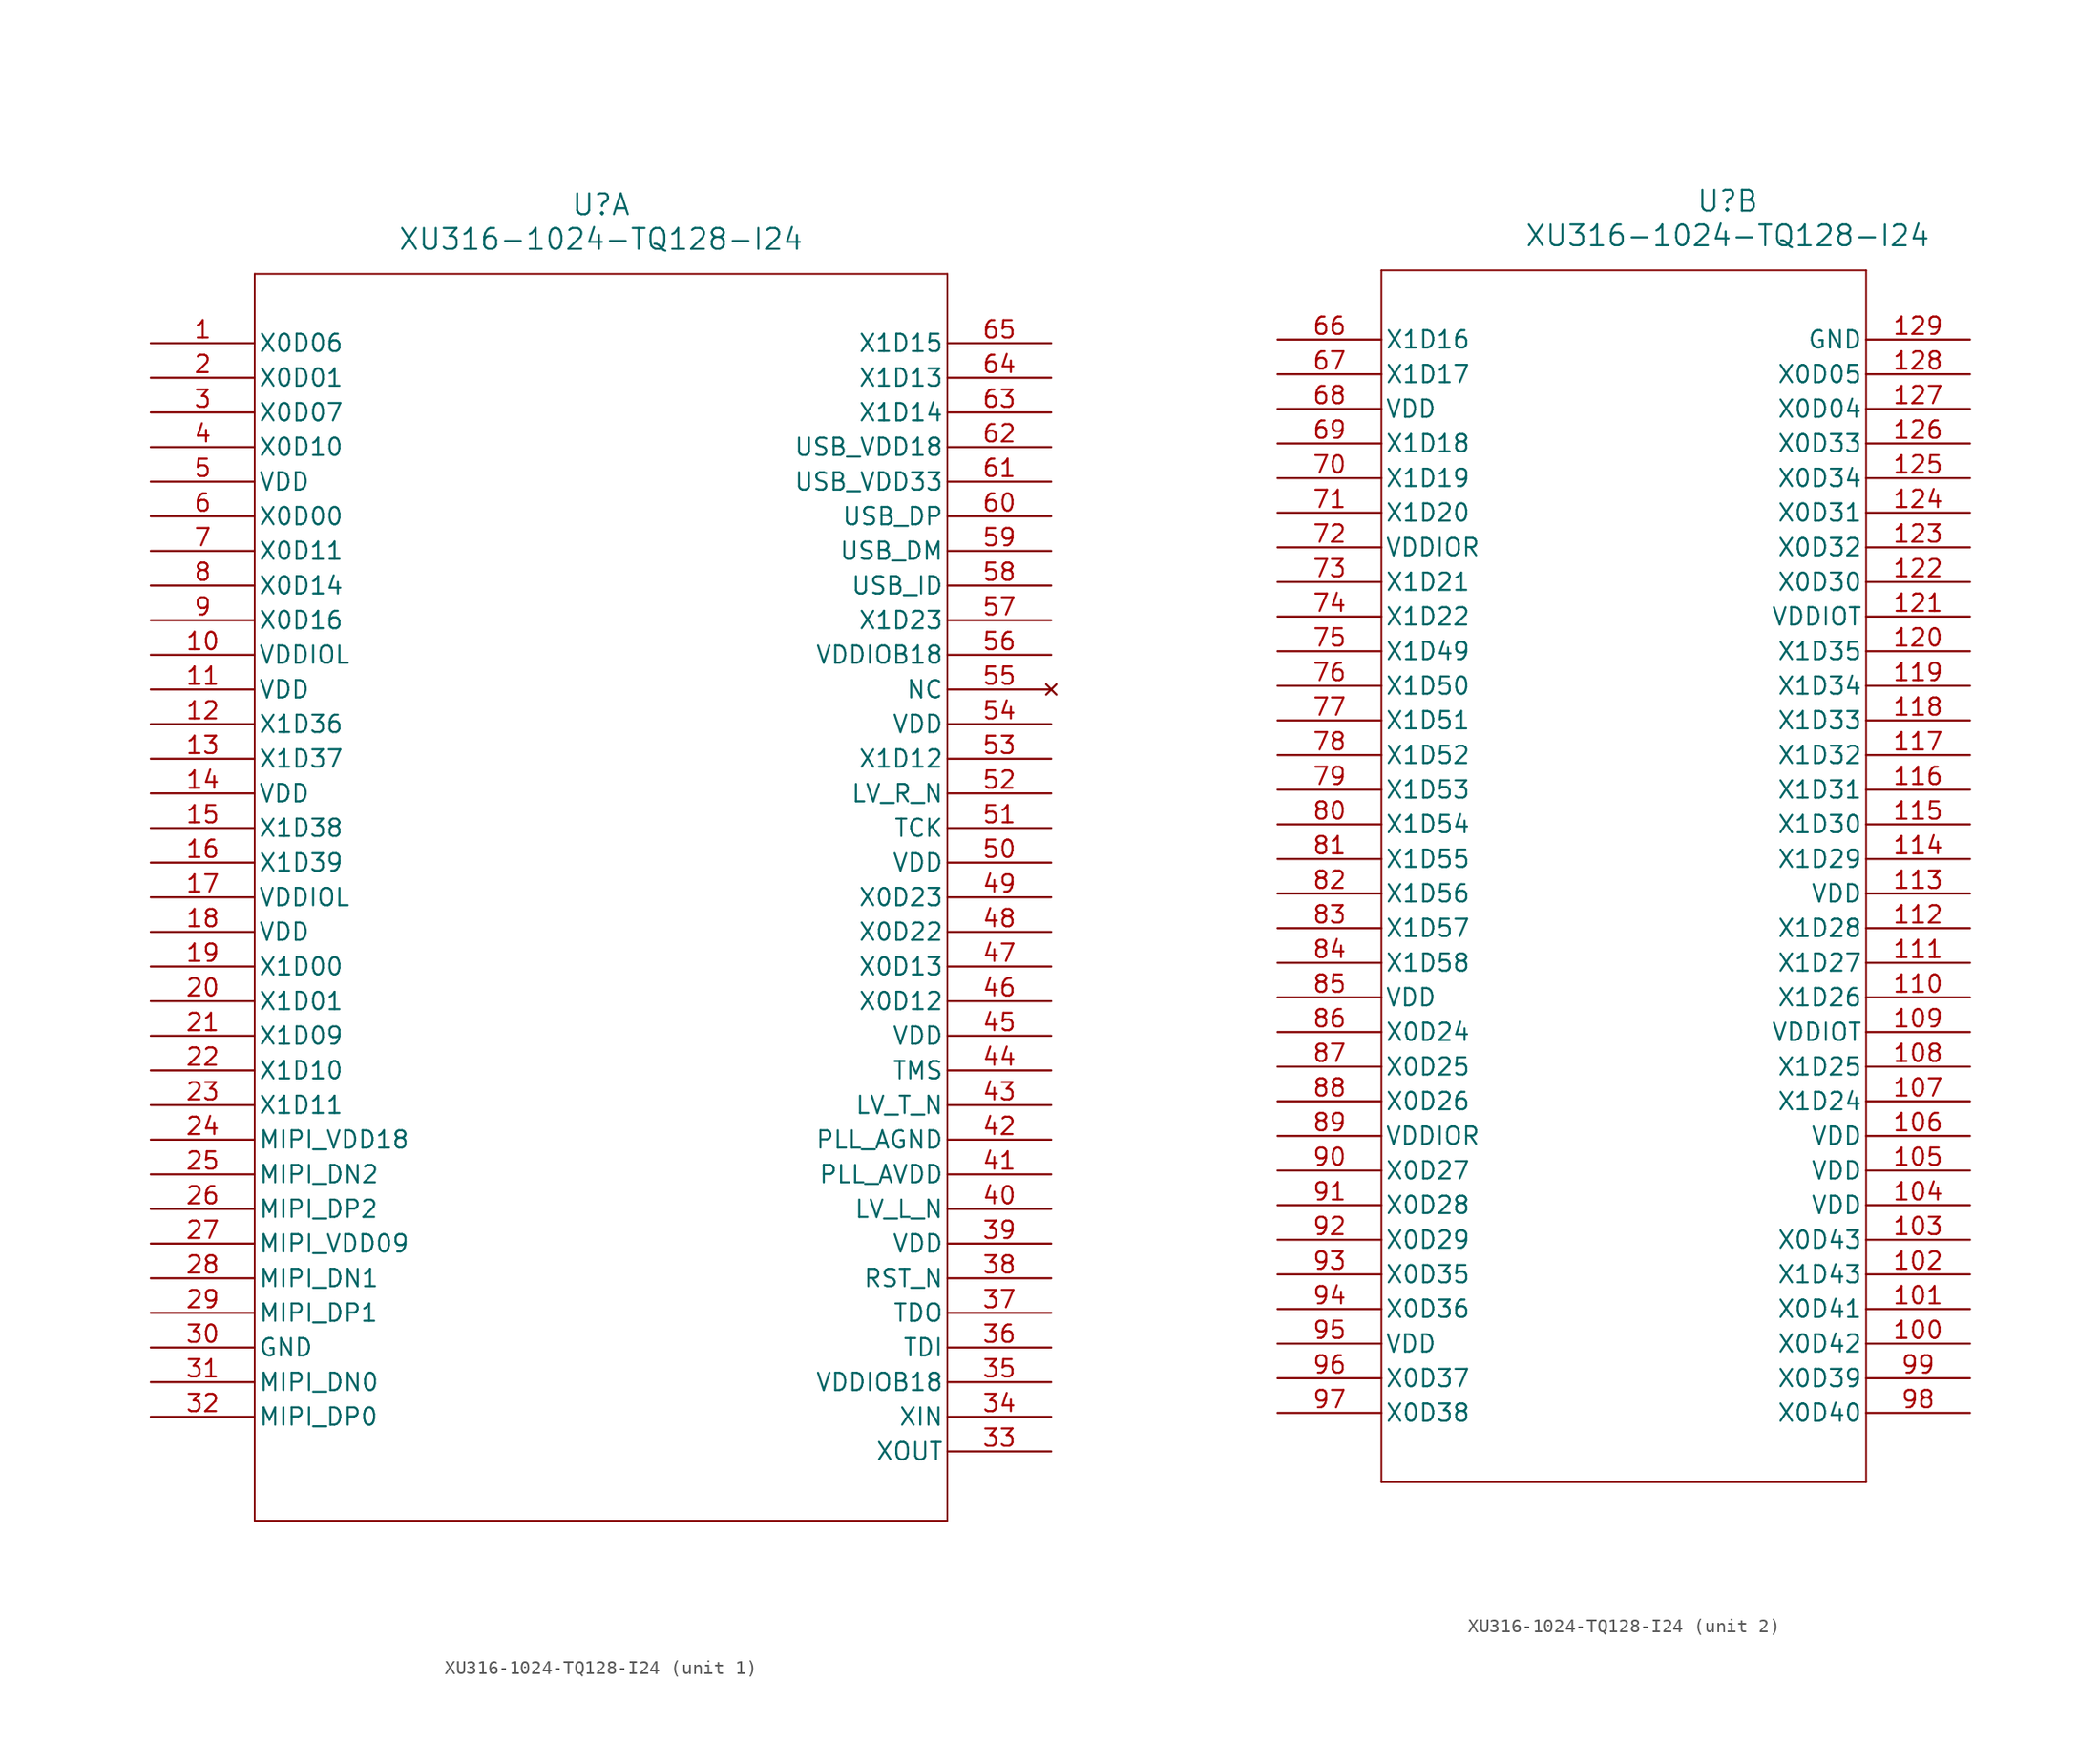
<source format=kicad_sym>
(kicad_symbol_lib
  (version 20211014)
  (generator kicad_symbol_editor)
  (symbol "XU316-1024-TQ128-I24"
    (pin_names
      (offset 0.254))
    (property "Reference" "U"
      (at 33.02 10.16 0)
      (effects (font (size 1.524 1.524))))
    (property "Value" "XU316-1024-TQ128-I24"
      (at 33.02 7.62 0)
      (effects (font (size 1.524 1.524))))
    (symbol "XU316-1024-TQ128-I24_1_1"
      (polyline (pts (xy 7.62 5.08) (xy 7.62 -86.36)) (stroke (width 0.127) (type default) (color 0 0 0 0)) (fill (type none)))
      (polyline (pts (xy 7.62 -86.36) (xy 58.42 -86.36)) (stroke (width 0.127) (type default) (color 0 0 0 0)) (fill (type none)))
      (polyline (pts (xy 58.42 -86.36) (xy 58.42 5.08)) (stroke (width 0.127) (type default) (color 0 0 0 0)) (fill (type none)))
      (polyline (pts (xy 58.42 5.08) (xy 7.62 5.08)) (stroke (width 0.127) (type default) (color 0 0 0 0)) (fill (type none)))
      (pin bidirectional line (at 0 0 0) (length 7.62) (name "X0D06" (effects (font (size 1.27 1.27)))) (number "1" (effects (font (size 1.27 1.27)))))
      (pin bidirectional line (at 0 -2.54 0) (length 7.62) (name "X0D01" (effects (font (size 1.27 1.27)))) (number "2" (effects (font (size 1.27 1.27)))))
      (pin bidirectional line (at 0 -5.08 0) (length 7.62) (name "X0D07" (effects (font (size 1.27 1.27)))) (number "3" (effects (font (size 1.27 1.27)))))
      (pin bidirectional line (at 0 -7.62 0) (length 7.62) (name "X0D10" (effects (font (size 1.27 1.27)))) (number "4" (effects (font (size 1.27 1.27)))))
      (pin power_in line (at 0 -10.16 0) (length 7.62) (name "VDD" (effects (font (size 1.27 1.27)))) (number "5" (effects (font (size 1.27 1.27)))))
      (pin bidirectional line (at 0 -12.7 0) (length 7.62) (name "X0D00" (effects (font (size 1.27 1.27)))) (number "6" (effects (font (size 1.27 1.27)))))
      (pin bidirectional line (at 0 -15.24 0) (length 7.62) (name "X0D11" (effects (font (size 1.27 1.27)))) (number "7" (effects (font (size 1.27 1.27)))))
      (pin bidirectional line (at 0 -17.78 0) (length 7.62) (name "X0D14" (effects (font (size 1.27 1.27)))) (number "8" (effects (font (size 1.27 1.27)))))
      (pin bidirectional line (at 0 -20.32 0) (length 7.62) (name "X0D16" (effects (font (size 1.27 1.27)))) (number "9" (effects (font (size 1.27 1.27)))))
      (pin power_in line (at 0 -22.86 0) (length 7.62) (name "VDDIOL" (effects (font (size 1.27 1.27)))) (number "10" (effects (font (size 1.27 1.27)))))
      (pin power_in line (at 0 -25.4 0) (length 7.62) (name "VDD" (effects (font (size 1.27 1.27)))) (number "11" (effects (font (size 1.27 1.27)))))
      (pin bidirectional line (at 0 -27.94 0) (length 7.62) (name "X1D36" (effects (font (size 1.27 1.27)))) (number "12" (effects (font (size 1.27 1.27)))))
      (pin bidirectional line (at 0 -30.48 0) (length 7.62) (name "X1D37" (effects (font (size 1.27 1.27)))) (number "13" (effects (font (size 1.27 1.27)))))
      (pin power_in line (at 0 -33.02 0) (length 7.62) (name "VDD" (effects (font (size 1.27 1.27)))) (number "14" (effects (font (size 1.27 1.27)))))
      (pin bidirectional line (at 0 -35.56 0) (length 7.62) (name "X1D38" (effects (font (size 1.27 1.27)))) (number "15" (effects (font (size 1.27 1.27)))))
      (pin bidirectional line (at 0 -38.1 0) (length 7.62) (name "X1D39" (effects (font (size 1.27 1.27)))) (number "16" (effects (font (size 1.27 1.27)))))
      (pin power_in line (at 0 -40.64 0) (length 7.62) (name "VDDIOL" (effects (font (size 1.27 1.27)))) (number "17" (effects (font (size 1.27 1.27)))))
      (pin power_in line (at 0 -43.18 0) (length 7.62) (name "VDD" (effects (font (size 1.27 1.27)))) (number "18" (effects (font (size 1.27 1.27)))))
      (pin bidirectional line (at 0 -45.72 0) (length 7.62) (name "X1D00" (effects (font (size 1.27 1.27)))) (number "19" (effects (font (size 1.27 1.27)))))
      (pin bidirectional line (at 0 -48.26 0) (length 7.62) (name "X1D01" (effects (font (size 1.27 1.27)))) (number "20" (effects (font (size 1.27 1.27)))))
      (pin bidirectional line (at 0 -50.8 0) (length 7.62) (name "X1D09" (effects (font (size 1.27 1.27)))) (number "21" (effects (font (size 1.27 1.27)))))
      (pin bidirectional line (at 0 -53.34 0) (length 7.62) (name "X1D10" (effects (font (size 1.27 1.27)))) (number "22" (effects (font (size 1.27 1.27)))))
      (pin bidirectional line (at 0 -55.88 0) (length 7.62) (name "X1D11" (effects (font (size 1.27 1.27)))) (number "23" (effects (font (size 1.27 1.27)))))
      (pin power_in line (at 0 -58.42 0) (length 7.62) (name "MIPI_VDD18" (effects (font (size 1.27 1.27)))) (number "24" (effects (font (size 1.27 1.27)))))
      (pin input line (at 0 -60.96 0) (length 7.62) (name "MIPI_DN2" (effects (font (size 1.27 1.27)))) (number "25" (effects (font (size 1.27 1.27)))))
      (pin input line (at 0 -63.5 0) (length 7.62) (name "MIPI_DP2" (effects (font (size 1.27 1.27)))) (number "26" (effects (font (size 1.27 1.27)))))
      (pin power_in line (at 0 -66.04 0) (length 7.62) (name "MIPI_VDD09" (effects (font (size 1.27 1.27)))) (number "27" (effects (font (size 1.27 1.27)))))
      (pin input line (at 0 -68.58 0) (length 7.62) (name "MIPI_DN1" (effects (font (size 1.27 1.27)))) (number "28" (effects (font (size 1.27 1.27)))))
      (pin input line (at 0 -71.12 0) (length 7.62) (name "MIPI_DP1" (effects (font (size 1.27 1.27)))) (number "29" (effects (font (size 1.27 1.27)))))
      (pin power_out line (at 0 -73.66 0) (length 7.62) (name "GND" (effects (font (size 1.27 1.27)))) (number "30" (effects (font (size 1.27 1.27)))))
      (pin input line (at 0 -76.2 0) (length 7.62) (name "MIPI_DN0" (effects (font (size 1.27 1.27)))) (number "31" (effects (font (size 1.27 1.27)))))
      (pin input line (at 0 -78.74 0) (length 7.62) (name "MIPI_DP0" (effects (font (size 1.27 1.27)))) (number "32" (effects (font (size 1.27 1.27)))))
      (pin output line (at 66.04 -81.28 180) (length 7.62) (name "XOUT" (effects (font (size 1.27 1.27)))) (number "33" (effects (font (size 1.27 1.27)))))
      (pin input line (at 66.04 -78.74 180) (length 7.62) (name "XIN" (effects (font (size 1.27 1.27)))) (number "34" (effects (font (size 1.27 1.27)))))
      (pin power_in line (at 66.04 -76.2 180) (length 7.62) (name "VDDIOB18" (effects (font (size 1.27 1.27)))) (number "35" (effects (font (size 1.27 1.27)))))
      (pin input line (at 66.04 -73.66 180) (length 7.62) (name "TDI" (effects (font (size 1.27 1.27)))) (number "36" (effects (font (size 1.27 1.27)))))
      (pin output line (at 66.04 -71.12 180) (length 7.62) (name "TDO" (effects (font (size 1.27 1.27)))) (number "37" (effects (font (size 1.27 1.27)))))
      (pin input line (at 66.04 -68.58 180) (length 7.62) (name "RST_N" (effects (font (size 1.27 1.27)))) (number "38" (effects (font (size 1.27 1.27)))))
      (pin power_in line (at 66.04 -66.04 180) (length 7.62) (name "VDD" (effects (font (size 1.27 1.27)))) (number "39" (effects (font (size 1.27 1.27)))))
      (pin input line (at 66.04 -63.5 180) (length 7.62) (name "LV_L_N" (effects (font (size 1.27 1.27)))) (number "40" (effects (font (size 1.27 1.27)))))
      (pin power_in line (at 66.04 -60.96 180) (length 7.62) (name "PLL_AVDD" (effects (font (size 1.27 1.27)))) (number "41" (effects (font (size 1.27 1.27)))))
      (pin power_out line (at 66.04 -58.42 180) (length 7.62) (name "PLL_AGND" (effects (font (size 1.27 1.27)))) (number "42" (effects (font (size 1.27 1.27)))))
      (pin input line (at 66.04 -55.88 180) (length 7.62) (name "LV_T_N" (effects (font (size 1.27 1.27)))) (number "43" (effects (font (size 1.27 1.27)))))
      (pin input line (at 66.04 -53.34 180) (length 7.62) (name "TMS" (effects (font (size 1.27 1.27)))) (number "44" (effects (font (size 1.27 1.27)))))
      (pin power_in line (at 66.04 -50.8 180) (length 7.62) (name "VDD" (effects (font (size 1.27 1.27)))) (number "45" (effects (font (size 1.27 1.27)))))
      (pin bidirectional line (at 66.04 -48.26 180) (length 7.62) (name "X0D12" (effects (font (size 1.27 1.27)))) (number "46" (effects (font (size 1.27 1.27)))))
      (pin bidirectional line (at 66.04 -45.72 180) (length 7.62) (name "X0D13" (effects (font (size 1.27 1.27)))) (number "47" (effects (font (size 1.27 1.27)))))
      (pin bidirectional line (at 66.04 -43.18 180) (length 7.62) (name "X0D22" (effects (font (size 1.27 1.27)))) (number "48" (effects (font (size 1.27 1.27)))))
      (pin bidirectional line (at 66.04 -40.64 180) (length 7.62) (name "X0D23" (effects (font (size 1.27 1.27)))) (number "49" (effects (font (size 1.27 1.27)))))
      (pin power_in line (at 66.04 -38.1 180) (length 7.62) (name "VDD" (effects (font (size 1.27 1.27)))) (number "50" (effects (font (size 1.27 1.27)))))
      (pin input line (at 66.04 -35.56 180) (length 7.62) (name "TCK" (effects (font (size 1.27 1.27)))) (number "51" (effects (font (size 1.27 1.27)))))
      (pin input line (at 66.04 -33.02 180) (length 7.62) (name "LV_R_N" (effects (font (size 1.27 1.27)))) (number "52" (effects (font (size 1.27 1.27)))))
      (pin bidirectional line (at 66.04 -30.48 180) (length 7.62) (name "X1D12" (effects (font (size 1.27 1.27)))) (number "53" (effects (font (size 1.27 1.27)))))
      (pin power_in line (at 66.04 -27.94 180) (length 7.62) (name "VDD" (effects (font (size 1.27 1.27)))) (number "54" (effects (font (size 1.27 1.27)))))
      (pin no_connect line (at 66.04 -25.4 180) (length 7.62) (name "NC" (effects (font (size 1.27 1.27)))) (number "55" (effects (font (size 1.27 1.27)))))
      (pin power_in line (at 66.04 -22.86 180) (length 7.62) (name "VDDIOB18" (effects (font (size 1.27 1.27)))) (number "56" (effects (font (size 1.27 1.27)))))
      (pin bidirectional line (at 66.04 -20.32 180) (length 7.62) (name "X1D23" (effects (font (size 1.27 1.27)))) (number "57" (effects (font (size 1.27 1.27)))))
      (pin input line (at 66.04 -17.78 180) (length 7.62) (name "USB_ID" (effects (font (size 1.27 1.27)))) (number "58" (effects (font (size 1.27 1.27)))))
      (pin bidirectional line (at 66.04 -15.24 180) (length 7.62) (name "USB_DM" (effects (font (size 1.27 1.27)))) (number "59" (effects (font (size 1.27 1.27)))))
      (pin bidirectional line (at 66.04 -12.7 180) (length 7.62) (name "USB_DP" (effects (font (size 1.27 1.27)))) (number "60" (effects (font (size 1.27 1.27)))))
      (pin power_in line (at 66.04 -10.16 180) (length 7.62) (name "USB_VDD33" (effects (font (size 1.27 1.27)))) (number "61" (effects (font (size 1.27 1.27)))))
      (pin power_in line (at 66.04 -7.62 180) (length 7.62) (name "USB_VDD18" (effects (font (size 1.27 1.27)))) (number "62" (effects (font (size 1.27 1.27)))))
      (pin bidirectional line (at 66.04 -5.08 180) (length 7.62) (name "X1D14" (effects (font (size 1.27 1.27)))) (number "63" (effects (font (size 1.27 1.27)))))
      (pin bidirectional line (at 66.04 -2.54 180) (length 7.62) (name "X1D13" (effects (font (size 1.27 1.27)))) (number "64" (effects (font (size 1.27 1.27)))))
      (pin bidirectional line (at 66.04 0 180) (length 7.62) (name "X1D15" (effects (font (size 1.27 1.27)))) (number "65" (effects (font (size 1.27 1.27))))))
    (symbol "XU316-1024-TQ128-I24_2_1"
      (polyline (pts (xy 7.62 5.08) (xy 7.62 -83.82)) (stroke (width 0.127) (type default) (color 0 0 0 0)) (fill (type none)))
      (polyline (pts (xy 7.62 -83.82) (xy 43.18 -83.82)) (stroke (width 0.127) (type default) (color 0 0 0 0)) (fill (type none)))
      (polyline (pts (xy 43.18 -83.82) (xy 43.18 5.08)) (stroke (width 0.127) (type default) (color 0 0 0 0)) (fill (type none)))
      (polyline (pts (xy 43.18 5.08) (xy 7.62 5.08)) (stroke (width 0.127) (type default) (color 0 0 0 0)) (fill (type none)))
      (pin bidirectional line (at 0 0 0) (length 7.62) (name "X1D16" (effects (font (size 1.27 1.27)))) (number "66" (effects (font (size 1.27 1.27)))))
      (pin bidirectional line (at 0 -2.54 0) (length 7.62) (name "X1D17" (effects (font (size 1.27 1.27)))) (number "67" (effects (font (size 1.27 1.27)))))
      (pin power_in line (at 0 -5.08 0) (length 7.62) (name "VDD" (effects (font (size 1.27 1.27)))) (number "68" (effects (font (size 1.27 1.27)))))
      (pin bidirectional line (at 0 -7.62 0) (length 7.62) (name "X1D18" (effects (font (size 1.27 1.27)))) (number "69" (effects (font (size 1.27 1.27)))))
      (pin bidirectional line (at 0 -10.16 0) (length 7.62) (name "X1D19" (effects (font (size 1.27 1.27)))) (number "70" (effects (font (size 1.27 1.27)))))
      (pin bidirectional line (at 0 -12.7 0) (length 7.62) (name "X1D20" (effects (font (size 1.27 1.27)))) (number "71" (effects (font (size 1.27 1.27)))))
      (pin power_in line (at 0 -15.24 0) (length 7.62) (name "VDDIOR" (effects (font (size 1.27 1.27)))) (number "72" (effects (font (size 1.27 1.27)))))
      (pin bidirectional line (at 0 -17.78 0) (length 7.62) (name "X1D21" (effects (font (size 1.27 1.27)))) (number "73" (effects (font (size 1.27 1.27)))))
      (pin bidirectional line (at 0 -20.32 0) (length 7.62) (name "X1D22" (effects (font (size 1.27 1.27)))) (number "74" (effects (font (size 1.27 1.27)))))
      (pin bidirectional line (at 0 -22.86 0) (length 7.62) (name "X1D49" (effects (font (size 1.27 1.27)))) (number "75" (effects (font (size 1.27 1.27)))))
      (pin bidirectional line (at 0 -25.4 0) (length 7.62) (name "X1D50" (effects (font (size 1.27 1.27)))) (number "76" (effects (font (size 1.27 1.27)))))
      (pin bidirectional line (at 0 -27.94 0) (length 7.62) (name "X1D51" (effects (font (size 1.27 1.27)))) (number "77" (effects (font (size 1.27 1.27)))))
      (pin bidirectional line (at 0 -30.48 0) (length 7.62) (name "X1D52" (effects (font (size 1.27 1.27)))) (number "78" (effects (font (size 1.27 1.27)))))
      (pin bidirectional line (at 0 -33.02 0) (length 7.62) (name "X1D53" (effects (font (size 1.27 1.27)))) (number "79" (effects (font (size 1.27 1.27)))))
      (pin bidirectional line (at 0 -35.56 0) (length 7.62) (name "X1D54" (effects (font (size 1.27 1.27)))) (number "80" (effects (font (size 1.27 1.27)))))
      (pin bidirectional line (at 0 -38.1 0) (length 7.62) (name "X1D55" (effects (font (size 1.27 1.27)))) (number "81" (effects (font (size 1.27 1.27)))))
      (pin bidirectional line (at 0 -40.64 0) (length 7.62) (name "X1D56" (effects (font (size 1.27 1.27)))) (number "82" (effects (font (size 1.27 1.27)))))
      (pin bidirectional line (at 0 -43.18 0) (length 7.62) (name "X1D57" (effects (font (size 1.27 1.27)))) (number "83" (effects (font (size 1.27 1.27)))))
      (pin bidirectional line (at 0 -45.72 0) (length 7.62) (name "X1D58" (effects (font (size 1.27 1.27)))) (number "84" (effects (font (size 1.27 1.27)))))
      (pin power_in line (at 0 -48.26 0) (length 7.62) (name "VDD" (effects (font (size 1.27 1.27)))) (number "85" (effects (font (size 1.27 1.27)))))
      (pin bidirectional line (at 0 -50.8 0) (length 7.62) (name "X0D24" (effects (font (size 1.27 1.27)))) (number "86" (effects (font (size 1.27 1.27)))))
      (pin bidirectional line (at 0 -53.34 0) (length 7.62) (name "X0D25" (effects (font (size 1.27 1.27)))) (number "87" (effects (font (size 1.27 1.27)))))
      (pin bidirectional line (at 0 -55.88 0) (length 7.62) (name "X0D26" (effects (font (size 1.27 1.27)))) (number "88" (effects (font (size 1.27 1.27)))))
      (pin power_in line (at 0 -58.42 0) (length 7.62) (name "VDDIOR" (effects (font (size 1.27 1.27)))) (number "89" (effects (font (size 1.27 1.27)))))
      (pin bidirectional line (at 0 -60.96 0) (length 7.62) (name "X0D27" (effects (font (size 1.27 1.27)))) (number "90" (effects (font (size 1.27 1.27)))))
      (pin bidirectional line (at 0 -63.5 0) (length 7.62) (name "X0D28" (effects (font (size 1.27 1.27)))) (number "91" (effects (font (size 1.27 1.27)))))
      (pin bidirectional line (at 0 -66.04 0) (length 7.62) (name "X0D29" (effects (font (size 1.27 1.27)))) (number "92" (effects (font (size 1.27 1.27)))))
      (pin bidirectional line (at 0 -68.58 0) (length 7.62) (name "X0D35" (effects (font (size 1.27 1.27)))) (number "93" (effects (font (size 1.27 1.27)))))
      (pin bidirectional line (at 0 -71.12 0) (length 7.62) (name "X0D36" (effects (font (size 1.27 1.27)))) (number "94" (effects (font (size 1.27 1.27)))))
      (pin power_in line (at 0 -73.66 0) (length 7.62) (name "VDD" (effects (font (size 1.27 1.27)))) (number "95" (effects (font (size 1.27 1.27)))))
      (pin bidirectional line (at 0 -76.2 0) (length 7.62) (name "X0D37" (effects (font (size 1.27 1.27)))) (number "96" (effects (font (size 1.27 1.27)))))
      (pin bidirectional line (at 0 -78.74 0) (length 7.62) (name "X0D38" (effects (font (size 1.27 1.27)))) (number "97" (effects (font (size 1.27 1.27)))))
      (pin bidirectional line (at 50.8 -78.74 180) (length 7.62) (name "X0D40" (effects (font (size 1.27 1.27)))) (number "98" (effects (font (size 1.27 1.27)))))
      (pin bidirectional line (at 50.8 -76.2 180) (length 7.62) (name "X0D39" (effects (font (size 1.27 1.27)))) (number "99" (effects (font (size 1.27 1.27)))))
      (pin bidirectional line (at 50.8 -73.66 180) (length 7.62) (name "X0D42" (effects (font (size 1.27 1.27)))) (number "100" (effects (font (size 1.27 1.27)))))
      (pin bidirectional line (at 50.8 -71.12 180) (length 7.62) (name "X0D41" (effects (font (size 1.27 1.27)))) (number "101" (effects (font (size 1.27 1.27)))))
      (pin bidirectional line (at 50.8 -68.58 180) (length 7.62) (name "X1D43" (effects (font (size 1.27 1.27)))) (number "102" (effects (font (size 1.27 1.27)))))
      (pin bidirectional line (at 50.8 -66.04 180) (length 7.62) (name "X0D43" (effects (font (size 1.27 1.27)))) (number "103" (effects (font (size 1.27 1.27)))))
      (pin power_in line (at 50.8 -63.5 180) (length 7.62) (name "VDD" (effects (font (size 1.27 1.27)))) (number "104" (effects (font (size 1.27 1.27)))))
      (pin power_in line (at 50.8 -60.96 180) (length 7.62) (name "VDD" (effects (font (size 1.27 1.27)))) (number "105" (effects (font (size 1.27 1.27)))))
      (pin power_in line (at 50.8 -58.42 180) (length 7.62) (name "VDD" (effects (font (size 1.27 1.27)))) (number "106" (effects (font (size 1.27 1.27)))))
      (pin bidirectional line (at 50.8 -55.88 180) (length 7.62) (name "X1D24" (effects (font (size 1.27 1.27)))) (number "107" (effects (font (size 1.27 1.27)))))
      (pin bidirectional line (at 50.8 -53.34 180) (length 7.62) (name "X1D25" (effects (font (size 1.27 1.27)))) (number "108" (effects (font (size 1.27 1.27)))))
      (pin power_in line (at 50.8 -50.8 180) (length 7.62) (name "VDDIOT" (effects (font (size 1.27 1.27)))) (number "109" (effects (font (size 1.27 1.27)))))
      (pin bidirectional line (at 50.8 -48.26 180) (length 7.62) (name "X1D26" (effects (font (size 1.27 1.27)))) (number "110" (effects (font (size 1.27 1.27)))))
      (pin bidirectional line (at 50.8 -45.72 180) (length 7.62) (name "X1D27" (effects (font (size 1.27 1.27)))) (number "111" (effects (font (size 1.27 1.27)))))
      (pin bidirectional line (at 50.8 -43.18 180) (length 7.62) (name "X1D28" (effects (font (size 1.27 1.27)))) (number "112" (effects (font (size 1.27 1.27)))))
      (pin power_in line (at 50.8 -40.64 180) (length 7.62) (name "VDD" (effects (font (size 1.27 1.27)))) (number "113" (effects (font (size 1.27 1.27)))))
      (pin bidirectional line (at 50.8 -38.1 180) (length 7.62) (name "X1D29" (effects (font (size 1.27 1.27)))) (number "114" (effects (font (size 1.27 1.27)))))
      (pin bidirectional line (at 50.8 -35.56 180) (length 7.62) (name "X1D30" (effects (font (size 1.27 1.27)))) (number "115" (effects (font (size 1.27 1.27)))))
      (pin bidirectional line (at 50.8 -33.02 180) (length 7.62) (name "X1D31" (effects (font (size 1.27 1.27)))) (number "116" (effects (font (size 1.27 1.27)))))
      (pin bidirectional line (at 50.8 -30.48 180) (length 7.62) (name "X1D32" (effects (font (size 1.27 1.27)))) (number "117" (effects (font (size 1.27 1.27)))))
      (pin bidirectional line (at 50.8 -27.94 180) (length 7.62) (name "X1D33" (effects (font (size 1.27 1.27)))) (number "118" (effects (font (size 1.27 1.27)))))
      (pin bidirectional line (at 50.8 -25.4 180) (length 7.62) (name "X1D34" (effects (font (size 1.27 1.27)))) (number "119" (effects (font (size 1.27 1.27)))))
      (pin bidirectional line (at 50.8 -22.86 180) (length 7.62) (name "X1D35" (effects (font (size 1.27 1.27)))) (number "120" (effects (font (size 1.27 1.27)))))
      (pin power_in line (at 50.8 -20.32 180) (length 7.62) (name "VDDIOT" (effects (font (size 1.27 1.27)))) (number "121" (effects (font (size 1.27 1.27)))))
      (pin bidirectional line (at 50.8 -17.78 180) (length 7.62) (name "X0D30" (effects (font (size 1.27 1.27)))) (number "122" (effects (font (size 1.27 1.27)))))
      (pin bidirectional line (at 50.8 -15.24 180) (length 7.62) (name "X0D32" (effects (font (size 1.27 1.27)))) (number "123" (effects (font (size 1.27 1.27)))))
      (pin bidirectional line (at 50.8 -12.7 180) (length 7.62) (name "X0D31" (effects (font (size 1.27 1.27)))) (number "124" (effects (font (size 1.27 1.27)))))
      (pin bidirectional line (at 50.8 -10.16 180) (length 7.62) (name "X0D34" (effects (font (size 1.27 1.27)))) (number "125" (effects (font (size 1.27 1.27)))))
      (pin bidirectional line (at 50.8 -7.62 180) (length 7.62) (name "X0D33" (effects (font (size 1.27 1.27)))) (number "126" (effects (font (size 1.27 1.27)))))
      (pin bidirectional line (at 50.8 -5.08 180) (length 7.62) (name "X0D04" (effects (font (size 1.27 1.27)))) (number "127" (effects (font (size 1.27 1.27)))))
      (pin bidirectional line (at 50.8 -2.54 180) (length 7.62) (name "X0D05" (effects (font (size 1.27 1.27)))) (number "128" (effects (font (size 1.27 1.27)))))
      (pin power_out line (at 50.8 0 180) (length 7.62) (name "GND" (effects (font (size 1.27 1.27)))) (number "129" (effects (font (size 1.27 1.27))))))))
</source>
